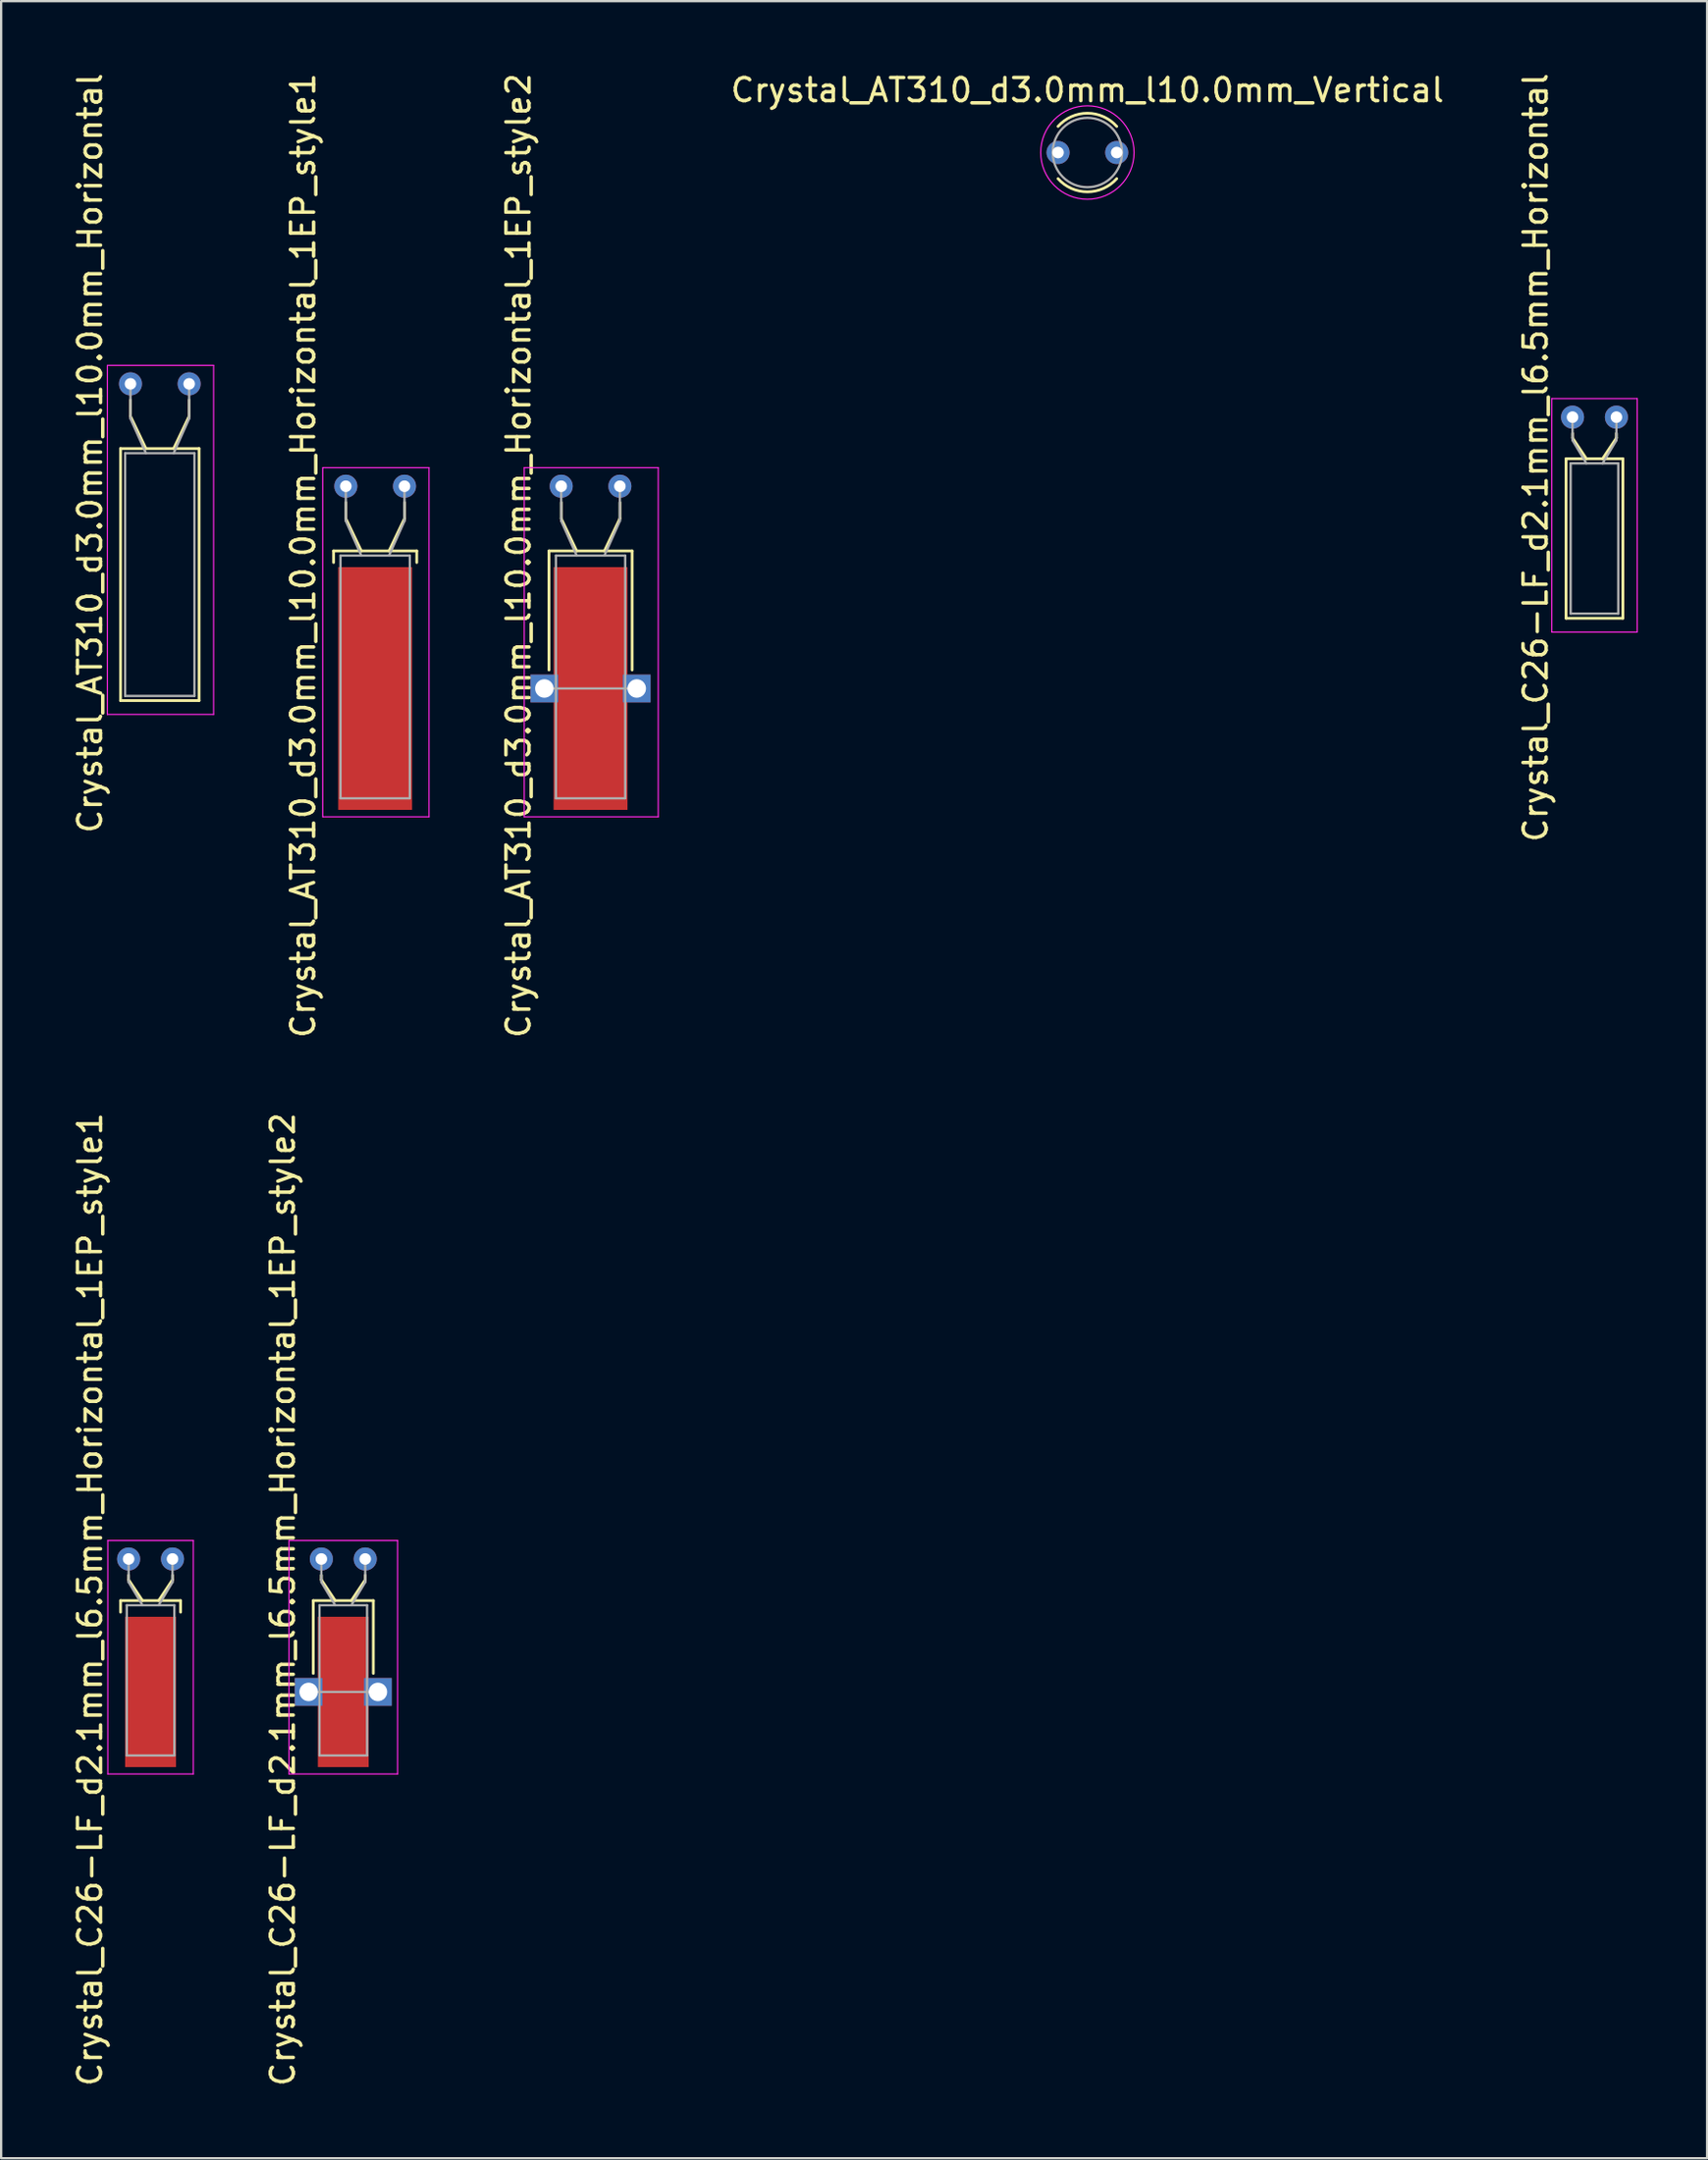
<source format=kicad_pcb>
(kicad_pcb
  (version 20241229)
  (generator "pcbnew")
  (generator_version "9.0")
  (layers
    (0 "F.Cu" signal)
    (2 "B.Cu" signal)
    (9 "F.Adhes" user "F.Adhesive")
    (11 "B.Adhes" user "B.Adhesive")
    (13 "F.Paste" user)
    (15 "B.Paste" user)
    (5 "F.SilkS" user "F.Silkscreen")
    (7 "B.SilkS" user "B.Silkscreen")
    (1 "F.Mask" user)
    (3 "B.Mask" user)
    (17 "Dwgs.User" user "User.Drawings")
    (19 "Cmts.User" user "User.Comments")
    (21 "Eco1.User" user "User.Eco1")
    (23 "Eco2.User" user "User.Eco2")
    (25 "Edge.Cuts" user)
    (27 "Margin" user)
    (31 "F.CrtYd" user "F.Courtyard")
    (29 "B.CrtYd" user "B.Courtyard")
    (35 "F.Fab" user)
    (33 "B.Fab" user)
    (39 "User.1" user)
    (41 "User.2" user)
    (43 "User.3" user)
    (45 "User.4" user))
  (footprint "Crystal_AT310_d3.0mm_l10.0mm_Horizontal_1EP_style1"
    (layer "F.Cu")
    (at 11.921 17.982)
    (property "Reference" "Crystal_AT310_d3.0mm_l10.0mm_Horizontal_1EP_style1" (at -1.85 3 90) (layer "F.SilkS") (effects (font (size 1 1) (thickness 0.15))))
    (attr through_hole)
    (fp_line (start -0.53 2.8) (end 3.07 2.8) (stroke (width 0.12) (type solid)) (layer "F.SilkS"))
    (fp_line (start -0.53 3.3) (end -0.53 2.8) (stroke (width 0.12) (type solid)) (layer "F.SilkS"))
    (fp_line (start 0 1.4) (end 0 0.7) (stroke (width 0.12) (type solid)) (layer "F.SilkS"))
    (fp_line (start 0.67 2.8) (end 0 1.4) (stroke (width 0.12) (type solid)) (layer "F.SilkS"))
    (fp_line (start 1.87 2.8) (end 2.54 1.4) (stroke (width 0.12) (type solid)) (layer "F.SilkS"))
    (fp_line (start 2.54 1.4) (end 2.54 0.7) (stroke (width 0.12) (type solid)) (layer "F.SilkS"))
    (fp_line (start 3.07 2.8) (end 3.07 3.3) (stroke (width 0.12) (type solid)) (layer "F.SilkS"))
    (fp_line (start -1 -0.8) (end -1 14.3) (stroke (width 0.05) (type solid)) (layer "F.CrtYd"))
    (fp_line (start -1 14.3) (end 3.6 14.3) (stroke (width 0.05) (type solid)) (layer "F.CrtYd"))
    (fp_line (start 3.6 -0.8) (end -1 -0.8) (stroke (width 0.05) (type solid)) (layer "F.CrtYd"))
    (fp_line (start 3.6 14.3) (end 3.6 -0.8) (stroke (width 0.05) (type solid)) (layer "F.CrtYd"))
    (fp_line (start -0.23 3) (end -0.23 13.5) (stroke (width 0.1) (type solid)) (layer "F.Fab"))
    (fp_line (start -0.23 13.5) (end 2.77 13.5) (stroke (width 0.1) (type solid)) (layer "F.Fab"))
    (fp_line (start 0 1.5) (end 0 0) (stroke (width 0.1) (type solid)) (layer "F.Fab"))
    (fp_line (start 0.67 3) (end 0 1.5) (stroke (width 0.1) (type solid)) (layer "F.Fab"))
    (fp_line (start 1.87 3) (end 2.54 1.5) (stroke (width 0.1) (type solid)) (layer "F.Fab"))
    (fp_line (start 2.54 1.5) (end 2.54 0) (stroke (width 0.1) (type solid)) (layer "F.Fab"))
    (fp_line (start 2.77 3) (end -0.23 3) (stroke (width 0.1) (type solid)) (layer "F.Fab"))
    (fp_line (start 2.77 13.5) (end 2.77 3) (stroke (width 0.1) (type solid)) (layer "F.Fab"))
    (pad "1" thru_hole circle (at 0 0) (size 1 1) (drill 0.5) (layers "*.Cu" "*.Mask"))
    (pad "2" thru_hole circle (at 2.54 0) (size 1 1) (drill 0.5) (layers "*.Cu" "*.Mask"))
    (pad "3" smd rect (at 1.27 8.75) (size 3.2 10.5) (layers "F.Cu" "F.Mask")))
  (footprint "Crystal_AT310_d3.0mm_l10.0mm_Horizontal"
    (layer "F.Cu")
    (at 2.598 13.554)
    (property "Reference" "Crystal_AT310_d3.0mm_l10.0mm_Horizontal" (at -1.75 3 90) (layer "F.SilkS") (effects (font (size 1 1) (thickness 0.15))))
    (attr through_hole)
    (fp_line (start -0.43 2.8) (end -0.43 13.7) (stroke (width 0.12) (type solid)) (layer "F.SilkS"))
    (fp_line (start -0.43 13.7) (end 2.97 13.7) (stroke (width 0.12) (type solid)) (layer "F.SilkS"))
    (fp_line (start 0 1.4) (end 0 0.7) (stroke (width 0.12) (type solid)) (layer "F.SilkS"))
    (fp_line (start 0.67 2.8) (end 0 1.4) (stroke (width 0.12) (type solid)) (layer "F.SilkS"))
    (fp_line (start 1.87 2.8) (end 2.54 1.4) (stroke (width 0.12) (type solid)) (layer "F.SilkS"))
    (fp_line (start 2.54 1.4) (end 2.54 0.7) (stroke (width 0.12) (type solid)) (layer "F.SilkS"))
    (fp_line (start 2.97 2.8) (end -0.43 2.8) (stroke (width 0.12) (type solid)) (layer "F.SilkS"))
    (fp_line (start 2.97 13.7) (end 2.97 2.8) (stroke (width 0.12) (type solid)) (layer "F.SilkS"))
    (fp_line (start -1 -0.8) (end -1 14.3) (stroke (width 0.05) (type solid)) (layer "F.CrtYd"))
    (fp_line (start -1 14.3) (end 3.6 14.3) (stroke (width 0.05) (type solid)) (layer "F.CrtYd"))
    (fp_line (start 3.6 -0.8) (end -1 -0.8) (stroke (width 0.05) (type solid)) (layer "F.CrtYd"))
    (fp_line (start 3.6 14.3) (end 3.6 -0.8) (stroke (width 0.05) (type solid)) (layer "F.CrtYd"))
    (fp_line (start -0.23 3) (end -0.23 13.5) (stroke (width 0.1) (type solid)) (layer "F.Fab"))
    (fp_line (start -0.23 13.5) (end 2.77 13.5) (stroke (width 0.1) (type solid)) (layer "F.Fab"))
    (fp_line (start 0 1.5) (end 0 0) (stroke (width 0.1) (type solid)) (layer "F.Fab"))
    (fp_line (start 0.67 3) (end 0 1.5) (stroke (width 0.1) (type solid)) (layer "F.Fab"))
    (fp_line (start 1.87 3) (end 2.54 1.5) (stroke (width 0.1) (type solid)) (layer "F.Fab"))
    (fp_line (start 2.54 1.5) (end 2.54 0) (stroke (width 0.1) (type solid)) (layer "F.Fab"))
    (fp_line (start 2.77 3) (end -0.23 3) (stroke (width 0.1) (type solid)) (layer "F.Fab"))
    (fp_line (start 2.77 13.5) (end 2.77 3) (stroke (width 0.1) (type solid)) (layer "F.Fab"))
    (pad "1" thru_hole circle (at 0 0) (size 1 1) (drill 0.5) (layers "*.Cu" "*.Mask"))
    (pad "2" thru_hole circle (at 2.54 0) (size 1 1) (drill 0.5) (layers "*.Cu" "*.Mask")))
  (footprint "Crystal_AT310_d3.0mm_l10.0mm_Horizontal_1EP_style2"
    (layer "F.Cu")
    (at 21.245 17.982)
    (property "Reference" "Crystal_AT310_d3.0mm_l10.0mm_Horizontal_1EP_style2" (at -1.85 3 90) (layer "F.SilkS") (effects (font (size 1 1) (thickness 0.15))))
    (attr through_hole)
    (fp_line (start -0.53 2.8) (end 3.07 2.8) (stroke (width 0.12) (type solid)) (layer "F.SilkS"))
    (fp_line (start -0.53 7.95) (end -0.53 2.8) (stroke (width 0.12) (type solid)) (layer "F.SilkS"))
    (fp_line (start 0 1.4) (end 0 0.7) (stroke (width 0.12) (type solid)) (layer "F.SilkS"))
    (fp_line (start 0.67 2.8) (end 0 1.4) (stroke (width 0.12) (type solid)) (layer "F.SilkS"))
    (fp_line (start 1.87 2.8) (end 2.54 1.4) (stroke (width 0.12) (type solid)) (layer "F.SilkS"))
    (fp_line (start 2.54 1.4) (end 2.54 0.7) (stroke (width 0.12) (type solid)) (layer "F.SilkS"))
    (fp_line (start 3.07 2.8) (end 3.07 7.95) (stroke (width 0.12) (type solid)) (layer "F.SilkS"))
    (fp_line (start -1.6 -0.8) (end -1.6 14.3) (stroke (width 0.05) (type solid)) (layer "F.CrtYd"))
    (fp_line (start -1.6 14.3) (end 4.2 14.3) (stroke (width 0.05) (type solid)) (layer "F.CrtYd"))
    (fp_line (start 4.2 -0.8) (end -1.6 -0.8) (stroke (width 0.05) (type solid)) (layer "F.CrtYd"))
    (fp_line (start 4.2 14.3) (end 4.2 -0.8) (stroke (width 0.05) (type solid)) (layer "F.CrtYd"))
    (fp_line (start -0.73 8.75) (end 3.27 8.75) (stroke (width 0.1) (type solid)) (layer "F.Fab"))
    (fp_line (start -0.23 3) (end -0.23 13.5) (stroke (width 0.1) (type solid)) (layer "F.Fab"))
    (fp_line (start -0.23 13.5) (end 2.77 13.5) (stroke (width 0.1) (type solid)) (layer "F.Fab"))
    (fp_line (start 0 1.5) (end 0 0) (stroke (width 0.1) (type solid)) (layer "F.Fab"))
    (fp_line (start 0.67 3) (end 0 1.5) (stroke (width 0.1) (type solid)) (layer "F.Fab"))
    (fp_line (start 1.87 3) (end 2.54 1.5) (stroke (width 0.1) (type solid)) (layer "F.Fab"))
    (fp_line (start 2.54 1.5) (end 2.54 0) (stroke (width 0.1) (type solid)) (layer "F.Fab"))
    (fp_line (start 2.77 3) (end -0.23 3) (stroke (width 0.1) (type solid)) (layer "F.Fab"))
    (fp_line (start 2.77 13.5) (end 2.77 3) (stroke (width 0.1) (type solid)) (layer "F.Fab"))
    (pad "1" thru_hole circle (at 0 0) (size 1 1) (drill 0.5) (layers "*.Cu" "*.Mask"))
    (pad "2" thru_hole circle (at 2.54 0) (size 1 1) (drill 0.5) (layers "*.Cu" "*.Mask"))
    (pad "3" thru_hole rect (at -0.73 8.75) (size 1.2 1.2) (drill 0.8) (layers "*.Cu" "*.Mask"))
    (pad "3" smd rect (at 1.27 8.75) (size 3.2 10.5) (layers "F.Cu" "F.Mask"))
    (pad "3" thru_hole rect (at 3.27 8.75) (size 1.2 1.2) (drill 0.8) (layers "*.Cu" "*.Mask")))
  (footprint "Crystal_C26-LF_d2.1mm_l6.5mm_Horizontal_1EP_style1"
    (layer "F.Cu")
    (at 2.518 64.387)
    (property "Reference" "Crystal_C26-LF_d2.1mm_l6.5mm_Horizontal_1EP_style1" (at -1.67 1.75 90) (layer "F.SilkS") (effects (font (size 1 1) (thickness 0.15))))
    (attr through_hole)
    (fp_line (start -0.35 1.8) (end 2.25 1.8) (stroke (width 0.12) (type solid)) (layer "F.SilkS"))
    (fp_line (start -0.35 2.3) (end -0.35 1.8) (stroke (width 0.12) (type solid)) (layer "F.SilkS"))
    (fp_line (start 0 0.9) (end 0 0.7) (stroke (width 0.12) (type solid)) (layer "F.SilkS"))
    (fp_line (start 0.6 1.8) (end 0 0.9) (stroke (width 0.12) (type solid)) (layer "F.SilkS"))
    (fp_line (start 1.3 1.8) (end 1.9 0.9) (stroke (width 0.12) (type solid)) (layer "F.SilkS"))
    (fp_line (start 1.9 0.9) (end 1.9 0.7) (stroke (width 0.12) (type solid)) (layer "F.SilkS"))
    (fp_line (start 2.25 1.8) (end 2.25 2.3) (stroke (width 0.12) (type solid)) (layer "F.SilkS"))
    (fp_line (start -0.9 -0.8) (end -0.9 9.3) (stroke (width 0.05) (type solid)) (layer "F.CrtYd"))
    (fp_line (start -0.9 9.3) (end 2.8 9.3) (stroke (width 0.05) (type solid)) (layer "F.CrtYd"))
    (fp_line (start 2.8 -0.8) (end -0.9 -0.8) (stroke (width 0.05) (type solid)) (layer "F.CrtYd"))
    (fp_line (start 2.8 9.3) (end 2.8 -0.8) (stroke (width 0.05) (type solid)) (layer "F.CrtYd"))
    (fp_line (start -0.08 2) (end -0.08 8.5) (stroke (width 0.1) (type solid)) (layer "F.Fab"))
    (fp_line (start -0.08 8.5) (end 1.98 8.5) (stroke (width 0.1) (type solid)) (layer "F.Fab"))
    (fp_line (start 0 1) (end 0 0) (stroke (width 0.1) (type solid)) (layer "F.Fab"))
    (fp_line (start 0.6 2) (end 0 1) (stroke (width 0.1) (type solid)) (layer "F.Fab"))
    (fp_line (start 1.3 2) (end 1.9 1) (stroke (width 0.1) (type solid)) (layer "F.Fab"))
    (fp_line (start 1.9 1) (end 1.9 0) (stroke (width 0.1) (type solid)) (layer "F.Fab"))
    (fp_line (start 1.98 2) (end -0.08 2) (stroke (width 0.1) (type solid)) (layer "F.Fab"))
    (fp_line (start 1.98 8.5) (end 1.98 2) (stroke (width 0.1) (type solid)) (layer "F.Fab"))
    (pad "1" thru_hole circle (at 0 0) (size 1 1) (drill 0.5) (layers "*.Cu" "*.Mask"))
    (pad "2" thru_hole circle (at 1.9 0) (size 1 1) (drill 0.5) (layers "*.Cu" "*.Mask"))
    (pad "3" smd rect (at 0.95 5.75) (size 2.2 6.5) (layers "F.Cu" "F.Mask")))
  (footprint "Crystal_AT310_d3.0mm_l10.0mm_Vertical"
    (layer "F.Cu")
    (at 42.753 3.548)
    (property "Reference" "Crystal_AT310_d3.0mm_l10.0mm_Vertical" (at 1.27 -2.7 0) (layer "F.SilkS") (effects (font (size 1 1) (thickness 0.15))))
    (attr through_hole)
    (fp_arc (start 0 -1.130088) (mid 1.270408 -1.7) (end 2.540542 -1.129479) (stroke (width 0.12) (type solid)) (layer "F.SilkS"))
    (fp_arc (start 2.540542 1.129479) (mid 1.270408 1.7) (end 0 1.130088) (stroke (width 0.12) (type solid)) (layer "F.SilkS"))
    (fp_circle (center 1.27 0) (end 3.29 0) (stroke (width 0.05) (type solid)) (fill no) (layer "F.CrtYd"))
    (fp_circle (center 1.27 0) (end 2.77 0) (stroke (width 0.1) (type solid)) (fill no) (layer "F.Fab"))
    (pad "1" thru_hole circle (at 0 0) (size 1 1) (drill 0.5) (layers "*.Cu" "*.Mask"))
    (pad "2" thru_hole circle (at 2.54 0) (size 1 1) (drill 0.5) (layers "*.Cu" "*.Mask")))
  (footprint "Crystal_C26-LF_d2.1mm_l6.5mm_Horizontal_1EP_style2"
    (layer "F.Cu")
    (at 10.861 64.387)
    (property "Reference" "Crystal_C26-LF_d2.1mm_l6.5mm_Horizontal_1EP_style2" (at -1.67 1.75 90) (layer "F.SilkS") (effects (font (size 1 1) (thickness 0.15))))
    (attr through_hole)
    (fp_line (start -0.35 1.8) (end 2.25 1.8) (stroke (width 0.12) (type solid)) (layer "F.SilkS"))
    (fp_line (start -0.35 4.95) (end -0.35 1.8) (stroke (width 0.12) (type solid)) (layer "F.SilkS"))
    (fp_line (start 0 0.9) (end 0 0.7) (stroke (width 0.12) (type solid)) (layer "F.SilkS"))
    (fp_line (start 0.6 1.8) (end 0 0.9) (stroke (width 0.12) (type solid)) (layer "F.SilkS"))
    (fp_line (start 1.3 1.8) (end 1.9 0.9) (stroke (width 0.12) (type solid)) (layer "F.SilkS"))
    (fp_line (start 1.9 0.9) (end 1.9 0.7) (stroke (width 0.12) (type solid)) (layer "F.SilkS"))
    (fp_line (start 2.25 1.8) (end 2.25 4.95) (stroke (width 0.12) (type solid)) (layer "F.SilkS"))
    (fp_line (start -1.4 -0.8) (end -1.4 9.3) (stroke (width 0.05) (type solid)) (layer "F.CrtYd"))
    (fp_line (start -1.4 9.3) (end 3.3 9.3) (stroke (width 0.05) (type solid)) (layer "F.CrtYd"))
    (fp_line (start 3.3 -0.8) (end -1.4 -0.8) (stroke (width 0.05) (type solid)) (layer "F.CrtYd"))
    (fp_line (start 3.3 9.3) (end 3.3 -0.8) (stroke (width 0.05) (type solid)) (layer "F.CrtYd"))
    (fp_line (start -0.55 5.75) (end 2.45 5.75) (stroke (width 0.1) (type solid)) (layer "F.Fab"))
    (fp_line (start -0.08 2) (end -0.08 8.5) (stroke (width 0.1) (type solid)) (layer "F.Fab"))
    (fp_line (start -0.08 8.5) (end 1.98 8.5) (stroke (width 0.1) (type solid)) (layer "F.Fab"))
    (fp_line (start 0 1) (end 0 0) (stroke (width 0.1) (type solid)) (layer "F.Fab"))
    (fp_line (start 0.6 2) (end 0 1) (stroke (width 0.1) (type solid)) (layer "F.Fab"))
    (fp_line (start 1.3 2) (end 1.9 1) (stroke (width 0.1) (type solid)) (layer "F.Fab"))
    (fp_line (start 1.9 1) (end 1.9 0) (stroke (width 0.1) (type solid)) (layer "F.Fab"))
    (fp_line (start 1.98 2) (end -0.08 2) (stroke (width 0.1) (type solid)) (layer "F.Fab"))
    (fp_line (start 1.98 8.5) (end 1.98 2) (stroke (width 0.1) (type solid)) (layer "F.Fab"))
    (pad "1" thru_hole circle (at 0 0) (size 1 1) (drill 0.5) (layers "*.Cu" "*.Mask"))
    (pad "2" thru_hole circle (at 1.9 0) (size 1 1) (drill 0.5) (layers "*.Cu" "*.Mask"))
    (pad "3" thru_hole rect (at -0.55 5.75) (size 1.2 1.2) (drill 0.8) (layers "*.Cu" "*.Mask"))
    (pad "3" smd rect (at 0.95 5.75) (size 2.2 6.5) (layers "F.Cu" "F.Mask"))
    (pad "3" thru_hole rect (at 2.45 5.75) (size 1.2 1.2) (drill 0.8) (layers "*.Cu" "*.Mask")))
  (footprint "Crystal_C26-LF_d2.1mm_l6.5mm_Horizontal"
    (layer "F.Cu")
    (at 65.025 14.994)
    (property "Reference" "Crystal_C26-LF_d2.1mm_l6.5mm_Horizontal" (at -1.6 1.75 90) (layer "F.SilkS") (effects (font (size 1 1) (thickness 0.15))))
    (attr through_hole)
    (fp_line (start -0.28 1.8) (end -0.28 8.7) (stroke (width 0.12) (type solid)) (layer "F.SilkS"))
    (fp_line (start -0.28 8.7) (end 2.18 8.7) (stroke (width 0.12) (type solid)) (layer "F.SilkS"))
    (fp_line (start 0 0.9) (end 0 0.7) (stroke (width 0.12) (type solid)) (layer "F.SilkS"))
    (fp_line (start 0.6 1.8) (end 0 0.9) (stroke (width 0.12) (type solid)) (layer "F.SilkS"))
    (fp_line (start 1.3 1.8) (end 1.9 0.9) (stroke (width 0.12) (type solid)) (layer "F.SilkS"))
    (fp_line (start 1.9 0.9) (end 1.9 0.7) (stroke (width 0.12) (type solid)) (layer "F.SilkS"))
    (fp_line (start 2.18 1.8) (end -0.28 1.8) (stroke (width 0.12) (type solid)) (layer "F.SilkS"))
    (fp_line (start 2.18 8.7) (end 2.18 1.8) (stroke (width 0.12) (type solid)) (layer "F.SilkS"))
    (fp_line (start -0.9 -0.8) (end -0.9 9.3) (stroke (width 0.05) (type solid)) (layer "F.CrtYd"))
    (fp_line (start -0.9 9.3) (end 2.8 9.3) (stroke (width 0.05) (type solid)) (layer "F.CrtYd"))
    (fp_line (start 2.8 -0.8) (end -0.9 -0.8) (stroke (width 0.05) (type solid)) (layer "F.CrtYd"))
    (fp_line (start 2.8 9.3) (end 2.8 -0.8) (stroke (width 0.05) (type solid)) (layer "F.CrtYd"))
    (fp_line (start -0.08 2) (end -0.08 8.5) (stroke (width 0.1) (type solid)) (layer "F.Fab"))
    (fp_line (start -0.08 8.5) (end 1.98 8.5) (stroke (width 0.1) (type solid)) (layer "F.Fab"))
    (fp_line (start 0 1) (end 0 0) (stroke (width 0.1) (type solid)) (layer "F.Fab"))
    (fp_line (start 0.6 2) (end 0 1) (stroke (width 0.1) (type solid)) (layer "F.Fab"))
    (fp_line (start 1.3 2) (end 1.9 1) (stroke (width 0.1) (type solid)) (layer "F.Fab"))
    (fp_line (start 1.9 1) (end 1.9 0) (stroke (width 0.1) (type solid)) (layer "F.Fab"))
    (fp_line (start 1.98 2) (end -0.08 2) (stroke (width 0.1) (type solid)) (layer "F.Fab"))
    (fp_line (start 1.98 8.5) (end 1.98 2) (stroke (width 0.1) (type solid)) (layer "F.Fab"))
    (pad "1" thru_hole circle (at 0 0) (size 1 1) (drill 0.5) (layers "*.Cu" "*.Mask"))
    (pad "2" thru_hole circle (at 1.9 0) (size 1 1) (drill 0.5) (layers "*.Cu" "*.Mask")))
  (gr_rect
    (start -3 -3)
    (end 70.85 90.31)
    (stroke (width 0.1) (type default))
    (fill no)
    (layer "Edge.Cuts")))
</source>
